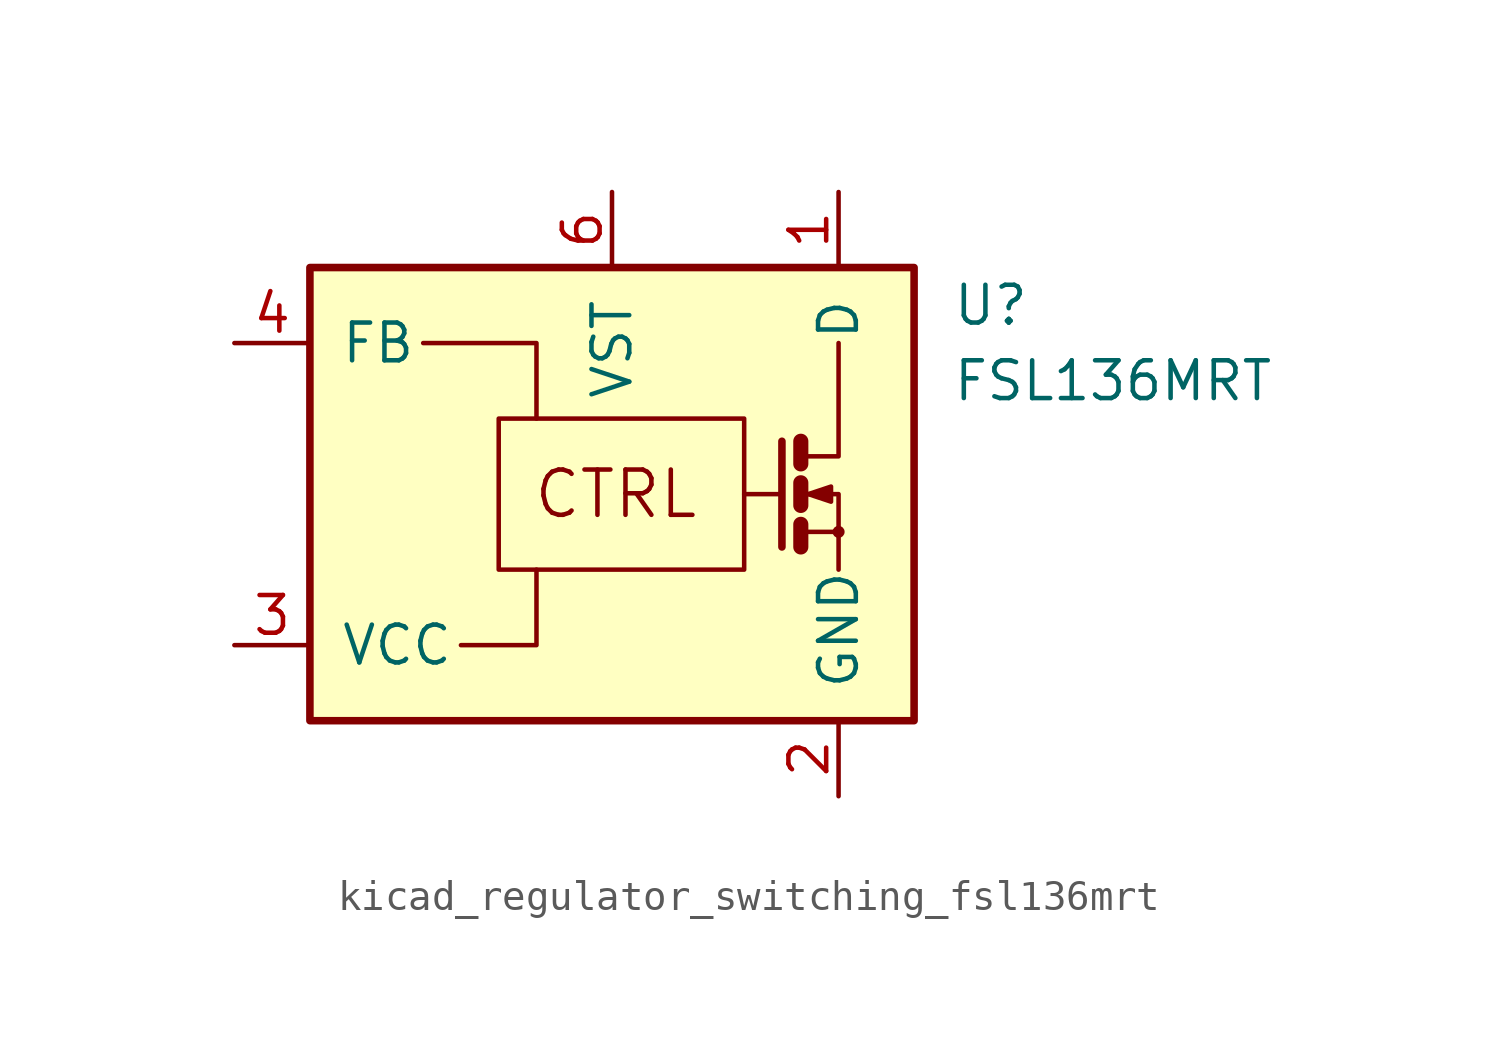
<source format=kicad_sym>
(kicad_symbol_lib
  (version 20220914)
  (generator kicad_symbol_editor)
  (symbol "kicad_regulator_switching_fsl136mrt"
    (pin_names
      (offset 1.016))
    (property "Reference" "U"
      (at 11.43 6.35 0)
      (effects (font (size 1.27 1.27)) (justify left)))
    (property "Value" "FSL136MRT"
      (at 11.43 3.81 0)
      (effects (font (size 1.27 1.27)) (justify left)))
    (symbol "kicad_regulator_switching_fsl136mrt_0_0"
      (rectangle (start -10.16 7.62) (end 10.16 -7.62) (stroke (width 0.254) (type default)) (fill (type background)))
      (rectangle (start -3.81 2.54) (end 4.445 -2.54) (stroke (width 0) (type default)) (fill (type none)))
      (polyline (pts (xy 5.715 1.778) (xy 5.715 -1.778)) (stroke (width 0.254) (type default)) (fill (type none)))
      (polyline (pts (xy 6.35 -1.27) (xy 7.62 -1.27)) (stroke (width 0) (type default)) (fill (type none)))
      (polyline (pts (xy 6.35 -1.016) (xy 6.35 -1.778)) (stroke (width 0.508) (type default)) (fill (type none)))
      (polyline (pts (xy 6.35 0.381) (xy 6.35 -0.381)) (stroke (width 0.508) (type default)) (fill (type none)))
      (polyline (pts (xy 6.35 1.778) (xy 6.35 1.016)) (stroke (width 0.508) (type default)) (fill (type none)))
      (polyline (pts (xy 6.35 1.27) (xy 7.62 1.27) (xy 7.62 5.08)) (stroke (width 0) (type default)) (fill (type none)))
      (polyline (pts (xy 7.62 -2.54) (xy 7.62 0) (xy 6.35 0)) (stroke (width 0) (type default)) (fill (type none)))
      (polyline (pts (xy 6.604 0) (xy 7.366 0.254) (xy 7.366 -0.254) (xy 6.604 0)) (stroke (width 0) (type default)) (fill (type outline)))
      (circle (center 7.62 -1.27) (radius 0.127) (stroke (width 0) (type default)) (fill (type none)))
      (text "CTRL" (at 0.127 0 0) (effects (font (size 1.524 1.524)))))
    (symbol "kicad_regulator_switching_fsl136mrt_0_1"
      (polyline (pts (xy 4.445 0) (xy 5.715 0)) (stroke (width 0) (type default)) (fill (type none)))
      (polyline (pts (xy -6.35 5.08) (xy -2.54 5.08) (xy -2.54 2.54)) (stroke (width 0) (type default)) (fill (type none)))
      (polyline (pts (xy -5.08 -5.08) (xy -2.54 -5.08) (xy -2.54 -2.54)) (stroke (width 0) (type default)) (fill (type none))))
    (symbol "kicad_regulator_switching_fsl136mrt_1_1"
      (pin passive line (at 7.62 10.16 270) (length 2.54) (name "D" (effects (font (size 1.27 1.27)))) (number "1" (effects (font (size 1.27 1.27)))))
      (pin power_in line (at 7.62 -10.16 90) (length 2.54) (name "GND" (effects (font (size 1.27 1.27)))) (number "2" (effects (font (size 1.27 1.27)))))
      (pin power_in line (at -12.7 -5.08 0) (length 2.54) (name "VCC" (effects (font (size 1.27 1.27)))) (number "3" (effects (font (size 1.27 1.27)))))
      (pin passive line (at -12.7 5.08 0) (length 2.54) (name "FB" (effects (font (size 1.27 1.27)))) (number "4" (effects (font (size 1.27 1.27)))))
      (pin passive line (at 0 10.16 270) (length 2.54) (name "VST" (effects (font (size 1.27 1.27)))) (number "6" (effects (font (size 1.27 1.27))))))))
</source>
